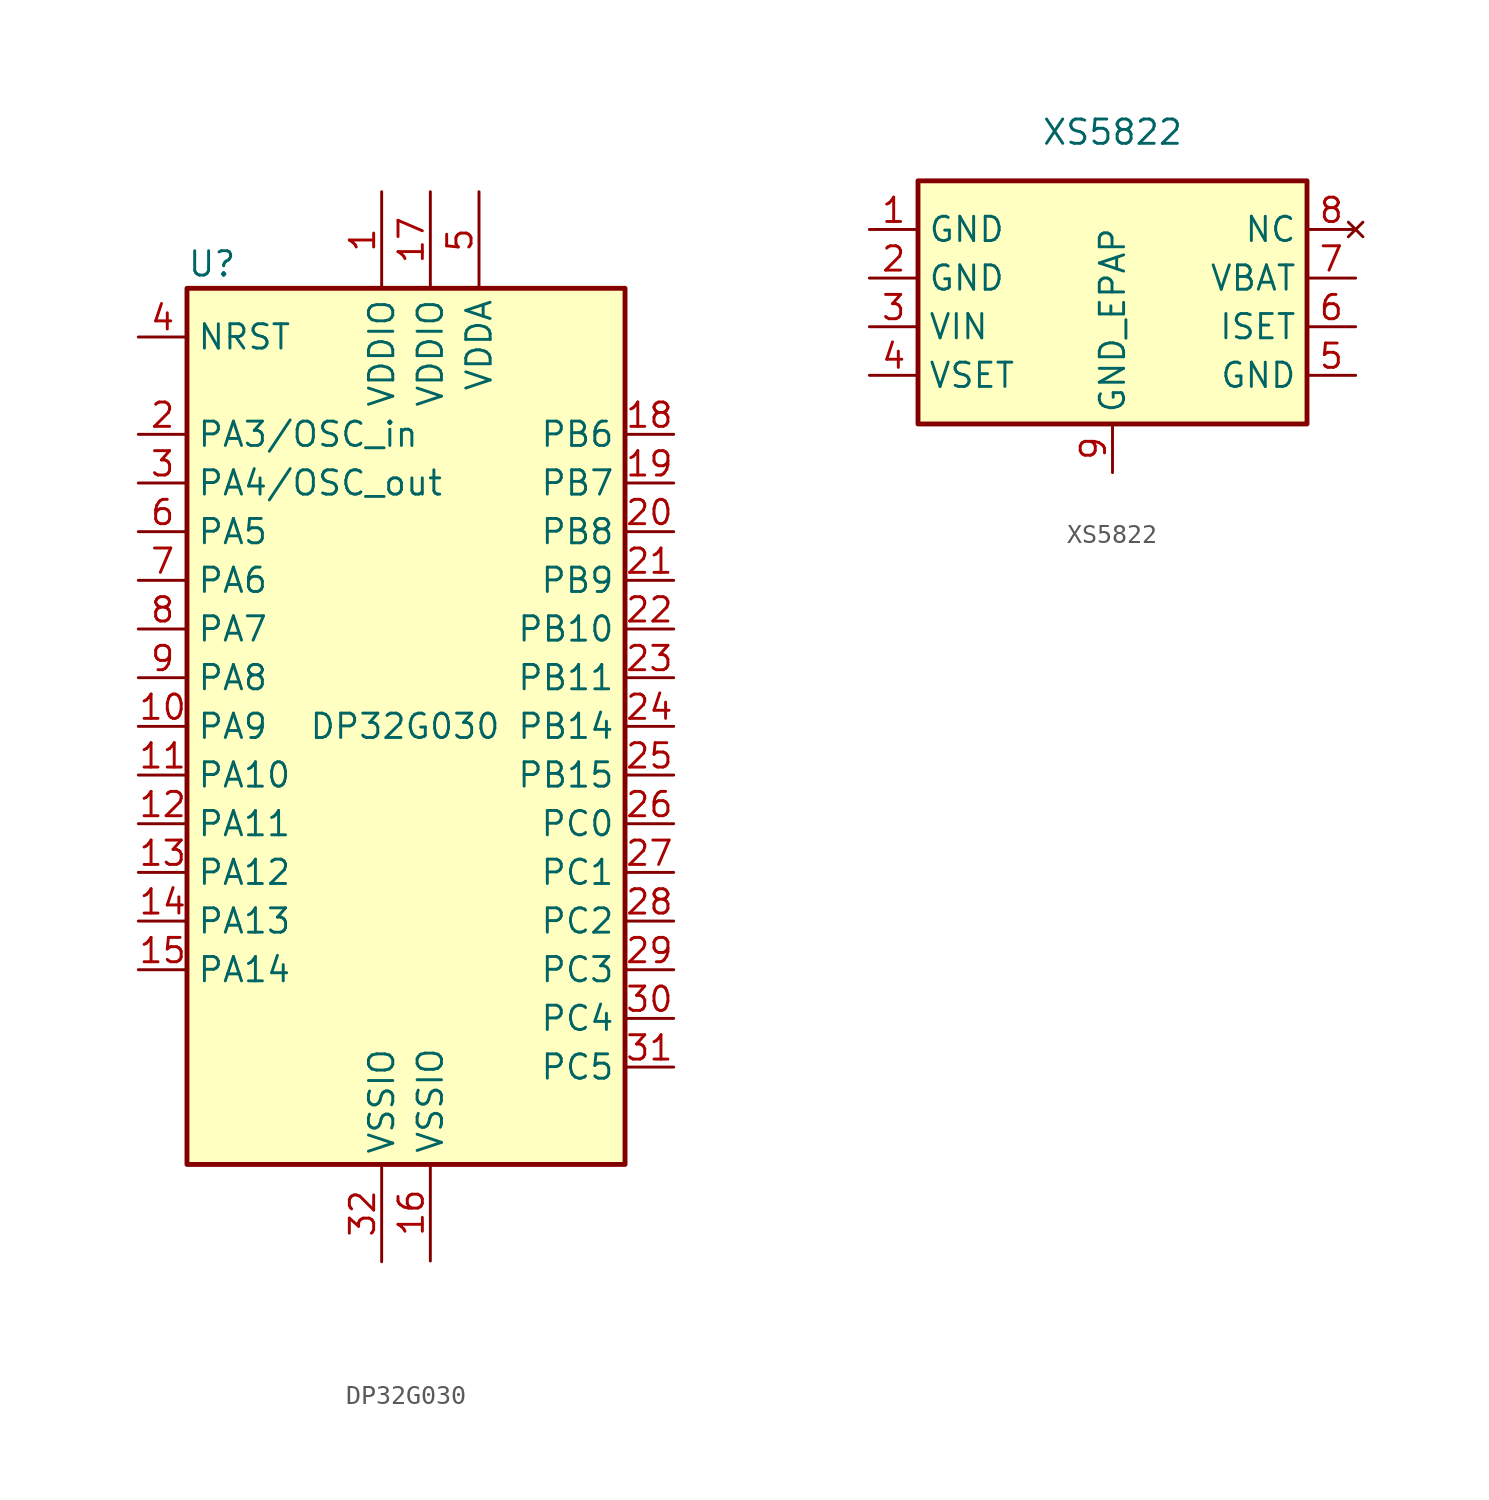
<source format=kicad_sym>
(kicad_symbol_lib
  (version 20220914)
  (generator kicad_symbol_editor)
  (symbol "DP32G030"
    (property "Reference" "U"
      (at -10.16 24.13 0)
      (effects (font (size 1.27 1.27)) (justify left)))
    (property "Value" "DP32G030"
      (at -3.81 0 0)
      (effects (font (size 1.27 1.27)) (justify left)))
    (property "ki_locked" ""
      (at 0 0 0)
      (effects (font (size 1.27 1.27))))
    (symbol "DP32G030_0_1"
      (rectangle (start -10.16 22.86) (end 12.7 -22.86) (stroke (width 0.254) (type default)) (fill (type background))))
    (symbol "DP32G030_1_1"
      (pin power_in line (at 0 27.9 270) (length 5.04) (name "VDDIO" (effects (font (size 1.27 1.27)))) (number "1" (effects (font (size 1.27 1.27)))))
      (pin bidirectional line (at -12.7 0 0) (length 2.54) (name "PA9" (effects (font (size 1.27 1.27)))) (number "10" (effects (font (size 1.27 1.27)))) (alternate "ADC_IN4" bidirectional line) (alternate "SPI1_NSS" bidirectional line) (alternate "TIM14_CH1" bidirectional line) (alternate "USART1_CK" bidirectional line))
      (pin bidirectional line (at -12.7 -2.54 0) (length 2.54) (name "PA10" (effects (font (size 1.27 1.27)))) (number "11" (effects (font (size 1.27 1.27)))) (alternate "ADC_IN5" bidirectional line) (alternate "SPI1_SCK" bidirectional line))
      (pin bidirectional line (at -12.7 -5.08 0) (length 2.54) (name "PA11" (effects (font (size 1.27 1.27)))) (number "12" (effects (font (size 1.27 1.27)))) (alternate "ADC_IN6" bidirectional line) (alternate "SPI1_MISO" bidirectional line) (alternate "TIM16_CH1" bidirectional line) (alternate "TIM1_BKIN" bidirectional line) (alternate "TIM3_CH1" bidirectional line))
      (pin bidirectional line (at -12.7 -7.62 0) (length 2.54) (name "PA12" (effects (font (size 1.27 1.27)))) (number "13" (effects (font (size 1.27 1.27)))) (alternate "ADC_IN7" bidirectional line) (alternate "SPI1_MOSI" bidirectional line) (alternate "TIM14_CH1" bidirectional line) (alternate "TIM17_CH1" bidirectional line) (alternate "TIM1_CH1N" bidirectional line) (alternate "TIM3_CH2" bidirectional line))
      (pin bidirectional line (at -12.7 -10.16 0) (length 2.54) (name "PA13" (effects (font (size 1.27 1.27)))) (number "14" (effects (font (size 1.27 1.27)))) (alternate "ADC_IN8" bidirectional line) (alternate "TIM1_CH2N" bidirectional line) (alternate "TIM3_CH3" bidirectional line))
      (pin bidirectional line (at -12.7 -12.7 0) (length 2.54) (name "PA14" (effects (font (size 1.27 1.27)))) (number "15" (effects (font (size 1.27 1.27)))) (alternate "ADC_IN9" bidirectional line) (alternate "TIM14_CH1" bidirectional line) (alternate "TIM1_CH3N" bidirectional line) (alternate "TIM3_CH4" bidirectional line))
      (pin power_in line (at 2.54 -27.9 90) (length 5.04) (name "VSSIO" (effects (font (size 1.27 1.27)))) (number "16" (effects (font (size 1.27 1.27)))))
      (pin power_in line (at 2.54 27.9 270) (length 5.04) (name "VDDIO" (effects (font (size 1.27 1.27)))) (number "17" (effects (font (size 1.27 1.27)))))
      (pin bidirectional line (at 15.24 15.24 180) (length 2.54) (name "PB6" (effects (font (size 1.27 1.27)))) (number "18" (effects (font (size 1.27 1.27)))) (alternate "RCC_MCO" bidirectional line) (alternate "TIM1_CH1" bidirectional line) (alternate "USART1_CK" bidirectional line))
      (pin bidirectional line (at 15.24 12.7 180) (length 2.54) (name "PB7" (effects (font (size 1.27 1.27)))) (number "19" (effects (font (size 1.27 1.27)))) (alternate "I2C1_SCL" bidirectional line) (alternate "TIM1_CH2" bidirectional line) (alternate "USART1_TX" bidirectional line))
      (pin bidirectional line (at -12.7 15.24 0) (length 2.54) (name "PA3/OSC_in" (effects (font (size 1.27 1.27)))) (number "2" (effects (font (size 1.27 1.27)))) (alternate "RCC_OSC_IN" bidirectional line))
      (pin bidirectional line (at 15.24 10.16 180) (length 2.54) (name "PB8" (effects (font (size 1.27 1.27)))) (number "20" (effects (font (size 1.27 1.27)))) (alternate "I2C1_SDA" bidirectional line) (alternate "TIM17_BKIN" bidirectional line) (alternate "TIM1_CH3" bidirectional line) (alternate "USART1_RX" bidirectional line))
      (pin bidirectional line (at 15.24 7.62 180) (length 2.54) (name "PB9" (effects (font (size 1.27 1.27)))) (number "21" (effects (font (size 1.27 1.27)))) (alternate "TIM1_CH4" bidirectional line) (alternate "USART1_CTS" bidirectional line))
      (pin bidirectional line (at 15.24 5.08 180) (length 2.54) (name "PB10" (effects (font (size 1.27 1.27)))) (number "22" (effects (font (size 1.27 1.27)))) (alternate "TIM1_ETR" bidirectional line) (alternate "USART1_DE" bidirectional line) (alternate "USART1_RTS" bidirectional line))
      (pin bidirectional line (at 15.24 2.54 180) (length 2.54) (name "PB11" (effects (font (size 1.27 1.27)))) (number "23" (effects (font (size 1.27 1.27)))) (alternate "IR_OUT" bidirectional line) (alternate "SYS_SWDIO" bidirectional line))
      (pin bidirectional line (at 15.24 0 180) (length 2.54) (name "PB14" (effects (font (size 1.27 1.27)))) (number "24" (effects (font (size 1.27 1.27)))) (alternate "SYS_SWCLK" bidirectional line) (alternate "USART1_TX" bidirectional line))
      (pin bidirectional line (at 15.24 -2.54 180) (length 2.54) (name "PB15" (effects (font (size 1.27 1.27)))) (number "25" (effects (font (size 1.27 1.27)))) (alternate "SPI1_NSS" bidirectional line) (alternate "USART1_RX" bidirectional line))
      (pin bidirectional line (at 15.24 -5.08 180) (length 2.54) (name "PC0" (effects (font (size 1.27 1.27)))) (number "26" (effects (font (size 1.27 1.27)))) (alternate "SPI1_SCK" bidirectional line))
      (pin bidirectional line (at 15.24 -7.62 180) (length 2.54) (name "PC1" (effects (font (size 1.27 1.27)))) (number "27" (effects (font (size 1.27 1.27)))) (alternate "SPI1_MISO" bidirectional line) (alternate "TIM3_CH1" bidirectional line))
      (pin bidirectional line (at 15.24 -10.16 180) (length 2.54) (name "PC2" (effects (font (size 1.27 1.27)))) (number "28" (effects (font (size 1.27 1.27)))) (alternate "I2C1_SMBA" bidirectional line) (alternate "SPI1_MOSI" bidirectional line) (alternate "TIM16_BKIN" bidirectional line) (alternate "TIM3_CH2" bidirectional line))
      (pin bidirectional line (at 15.24 -12.7 180) (length 2.54) (name "PC3" (effects (font (size 1.27 1.27)))) (number "29" (effects (font (size 1.27 1.27)))) (alternate "I2C1_SCL" bidirectional line) (alternate "TIM16_CH1N" bidirectional line) (alternate "USART1_TX" bidirectional line))
      (pin bidirectional line (at -12.7 12.7 0) (length 2.54) (name "PA4/OSC_out" (effects (font (size 1.27 1.27)))) (number "3" (effects (font (size 1.27 1.27)))) (alternate "RCC_OSC_OUT" bidirectional line))
      (pin bidirectional line (at 15.24 -15.24 180) (length 2.54) (name "PC4" (effects (font (size 1.27 1.27)))) (number "30" (effects (font (size 1.27 1.27)))) (alternate "I2C1_SDA" bidirectional line) (alternate "TIM17_CH1N" bidirectional line) (alternate "USART1_RX" bidirectional line))
      (pin bidirectional line (at 15.24 -17.78 180) (length 2.54) (name "PC5" (effects (font (size 1.27 1.27)))) (number "31" (effects (font (size 1.27 1.27)))))
      (pin power_in line (at 0 -27.94 90) (length 5.04) (name "VSSIO" (effects (font (size 1.27 1.27)))) (number "32" (effects (font (size 1.27 1.27)))))
      (pin input line (at -12.7 20.32 0) (length 2.54) (name "NRST" (effects (font (size 1.27 1.27)))) (number "4" (effects (font (size 1.27 1.27)))))
      (pin power_in line (at 5.08 27.9 270) (length 5.04) (name "VDDA" (effects (font (size 1.27 1.27)))) (number "5" (effects (font (size 1.27 1.27)))))
      (pin bidirectional line (at -12.7 10.16 0) (length 2.54) (name "PA5" (effects (font (size 1.27 1.27)))) (number "6" (effects (font (size 1.27 1.27)))) (alternate "ADC_IN0" bidirectional line) (alternate "RTC_TAMP2" bidirectional line) (alternate "SYS_WKUP1" bidirectional line) (alternate "USART1_CTS" bidirectional line))
      (pin bidirectional line (at -12.7 7.62 0) (length 2.54) (name "PA6" (effects (font (size 1.27 1.27)))) (number "7" (effects (font (size 1.27 1.27)))) (alternate "ADC_IN1" bidirectional line) (alternate "USART1_DE" bidirectional line) (alternate "USART1_RTS" bidirectional line))
      (pin bidirectional line (at -12.7 5.08 0) (length 2.54) (name "PA7" (effects (font (size 1.27 1.27)))) (number "8" (effects (font (size 1.27 1.27)))) (alternate "ADC_IN2" bidirectional line) (alternate "USART1_TX" bidirectional line))
      (pin bidirectional line (at -12.7 2.54 0) (length 2.54) (name "PA8" (effects (font (size 1.27 1.27)))) (number "9" (effects (font (size 1.27 1.27)))) (alternate "ADC_IN3" bidirectional line) (alternate "USART1_RX" bidirectional line))))
  (symbol "XS5822"
    (property "Reference" "U24"
      (at 0 12.7 0)
      (effects (font (size 1.27 1.27)) hide))
    (property "Value" "XS5822"
      (at 0 10.16 0)
      (effects (font (size 1.27 1.27))))
    (symbol "XS5822_0_1"
      (rectangle (start -10.16 7.62) (end 10.16 -5.08) (stroke (width 0.254) (type default)) (fill (type background))))
    (symbol "XS5822_1_1"
      (pin power_in line (at -12.7 5.08 0) (length 2.54) (name "GND" (effects (font (size 1.27 1.27)))) (number "1" (effects (font (size 1.27 1.27)))))
      (pin power_in line (at -12.7 2.54 0) (length 2.54) (name "GND" (effects (font (size 1.27 1.27)))) (number "2" (effects (font (size 1.27 1.27)))))
      (pin power_in line (at -12.7 0 0) (length 2.54) (name "VIN" (effects (font (size 1.27 1.27)))) (number "3" (effects (font (size 1.27 1.27)))))
      (pin input line (at -12.7 -2.54 0) (length 2.54) (name "VSET" (effects (font (size 1.27 1.27)))) (number "4" (effects (font (size 1.27 1.27)))))
      (pin power_in line (at 12.7 -2.54 180) (length 2.54) (name "GND" (effects (font (size 1.27 1.27)))) (number "5" (effects (font (size 1.27 1.27)))))
      (pin input line (at 12.7 0 180) (length 2.54) (name "ISET" (effects (font (size 1.27 1.27)))) (number "6" (effects (font (size 1.27 1.27)))))
      (pin power_in line (at 12.7 2.54 180) (length 2.54) (name "VBAT" (effects (font (size 1.27 1.27)))) (number "7" (effects (font (size 1.27 1.27)))))
      (pin no_connect line (at 12.7 5.08 180) (length 2.54) (name "NC" (effects (font (size 1.27 1.27)))) (number "8" (effects (font (size 1.27 1.27)))))
      (pin power_in line (at 0 -7.62 90) (length 2.54) (name "GND_EPAP" (effects (font (size 1.27 1.27)))) (number "9" (effects (font (size 1.27 1.27))))))))
</source>
